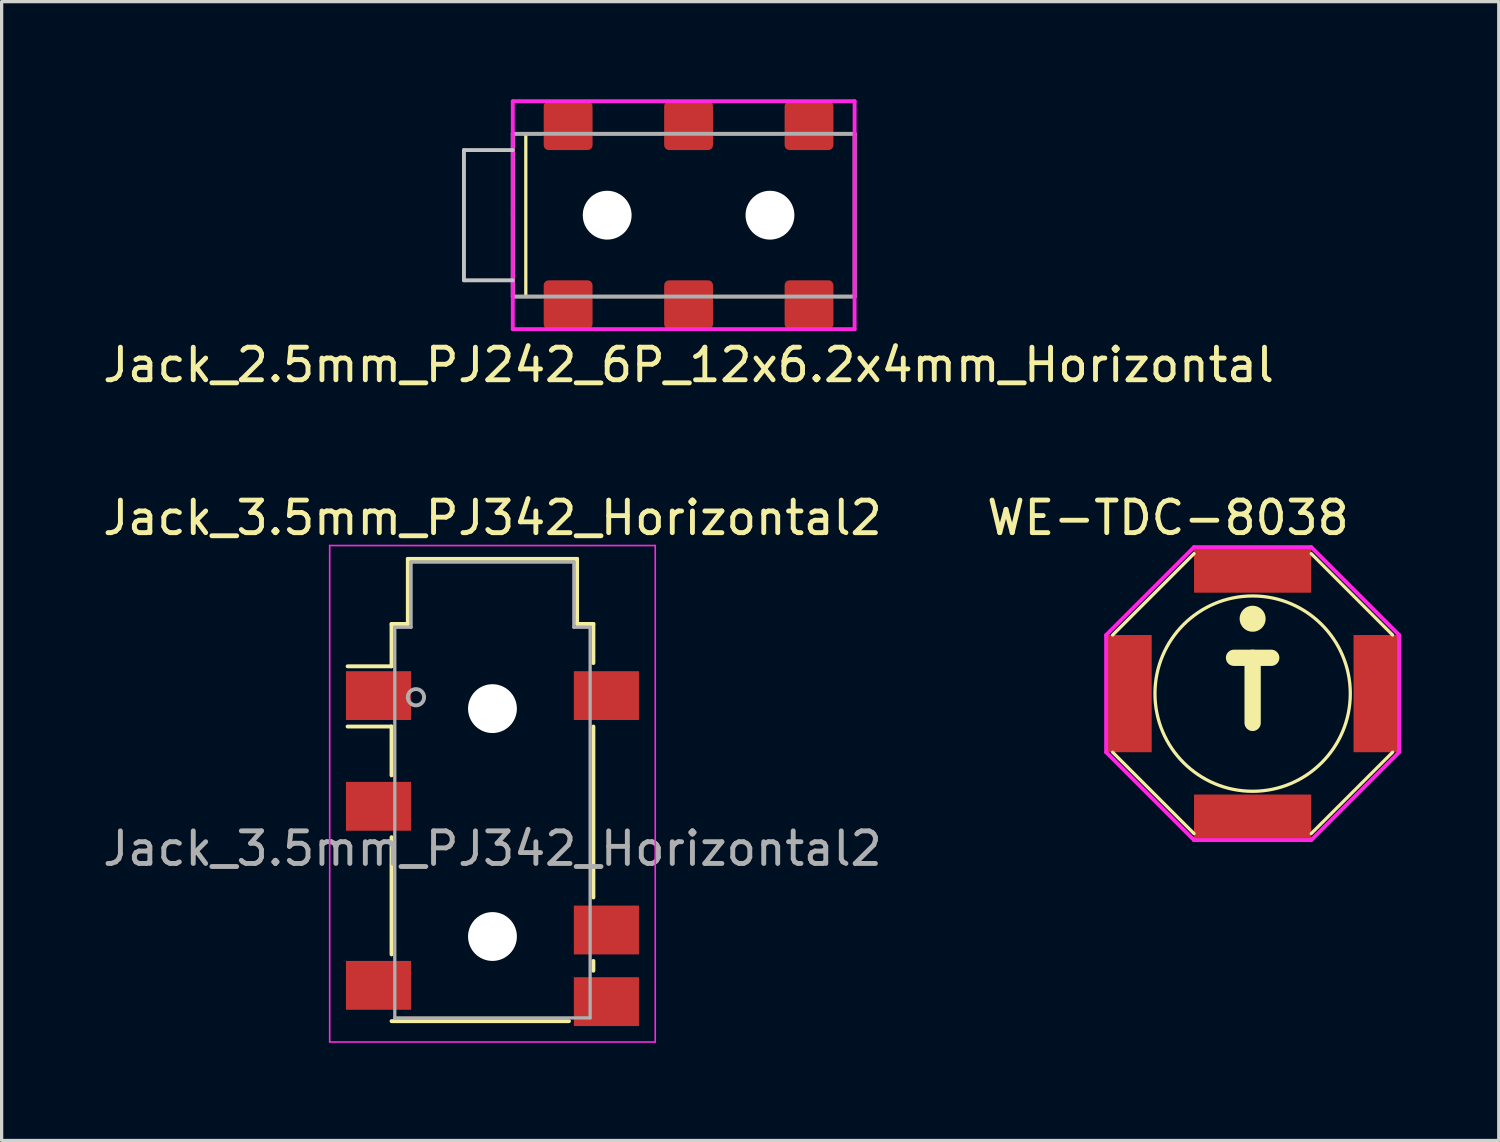
<source format=kicad_pcb>
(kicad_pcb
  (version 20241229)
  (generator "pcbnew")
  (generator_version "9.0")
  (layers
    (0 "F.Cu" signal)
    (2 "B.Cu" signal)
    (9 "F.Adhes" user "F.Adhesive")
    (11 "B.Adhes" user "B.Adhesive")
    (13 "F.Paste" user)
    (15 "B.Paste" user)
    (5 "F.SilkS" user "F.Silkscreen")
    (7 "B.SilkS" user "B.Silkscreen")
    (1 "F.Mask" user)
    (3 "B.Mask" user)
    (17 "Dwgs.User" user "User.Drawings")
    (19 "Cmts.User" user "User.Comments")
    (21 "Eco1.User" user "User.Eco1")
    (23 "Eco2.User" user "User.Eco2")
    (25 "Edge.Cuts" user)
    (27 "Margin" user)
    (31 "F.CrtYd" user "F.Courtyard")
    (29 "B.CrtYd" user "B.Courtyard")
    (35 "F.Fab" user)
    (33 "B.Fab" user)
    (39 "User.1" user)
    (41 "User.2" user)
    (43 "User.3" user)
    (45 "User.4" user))
  (footprint "WE-TDC-8038"
    (layer "F.Cu")
    (at 35.427 18.256)
    (property "Reference" "WE-TDC-8038" (at -2.6 -5.4 0) (layer "F.SilkS") (effects (font (size 1 1) (thickness 0.15))))
    (attr smd)
    (fp_line (start -4.3 -1.8) (end -1.8 -4.3) (stroke (width 0.1) (type solid)) (layer "F.SilkS"))
    (fp_line (start -1.8 4.3) (end -4.3 1.8) (stroke (width 0.1) (type solid)) (layer "F.SilkS"))
    (fp_line (start 1.8 -4.3) (end 4.3 -1.8) (stroke (width 0.1) (type solid)) (layer "F.SilkS"))
    (fp_line (start 4.3 1.8) (end 1.8 4.3) (stroke (width 0.1) (type solid)) (layer "F.SilkS"))
    (fp_circle (center 0 -2.3) (end 0.2 -2.3) (stroke (width 0.4) (type solid)) (fill no) (layer "F.SilkS"))
    (fp_circle (center 0 0) (end 0 -3) (stroke (width 0.1) (type solid)) (fill no) (layer "F.SilkS"))
    (fp_line (start -4.5 -1.8) (end -1.8 -4.5) (stroke (width 0.12) (type solid)) (layer "F.CrtYd"))
    (fp_line (start -4.5 1.8) (end -4.5 -1.8) (stroke (width 0.12) (type solid)) (layer "F.CrtYd"))
    (fp_line (start -1.8 -4.5) (end 1.8 -4.5) (stroke (width 0.12) (type solid)) (layer "F.CrtYd"))
    (fp_line (start -1.8 4.5) (end -4.5 1.8) (stroke (width 0.12) (type solid)) (layer "F.CrtYd"))
    (fp_line (start 1.8 -4.5) (end 4.5 -1.8) (stroke (width 0.12) (type solid)) (layer "F.CrtYd"))
    (fp_line (start 1.8 4.5) (end -1.8 4.5) (stroke (width 0.12) (type solid)) (layer "F.CrtYd"))
    (fp_line (start 4.5 -1.8) (end 4.5 1.8) (stroke (width 0.12) (type solid)) (layer "F.CrtYd"))
    (fp_line (start 4.5 1.8) (end 1.8 4.5) (stroke (width 0.12) (type solid)) (layer "F.CrtYd"))
    (fp_text user "T" (at 0 0 0) (layer "F.SilkS") (effects (font (size 2 2) (thickness 0.5))))
    (pad "1" smd rect (at 0 -3.8) (size 3.6 1.4) (layers "F.Cu" "F.Mask" "F.Paste"))
    (pad "2" smd rect (at 3.8 0 90) (size 3.6 1.4) (layers "F.Cu" "F.Mask" "F.Paste"))
    (pad "3" smd rect (at 0 3.8) (size 3.6 1.4) (layers "F.Cu" "F.Mask" "F.Paste"))
    (pad "4" smd rect (at -3.8 0 90) (size 3.6 1.4) (layers "F.Cu" "F.Mask" "F.Paste")))
  (footprint "Jack_2.5mm_PJ242_6P_12x6.2x4mm_Horizontal"
    (layer "F.Cu")
    (at 18.101 3.56)
    (property "Reference" "Jack_2.5mm_PJ242_6P_12x6.2x4mm_Horizontal" (at 0 4.6 0) (layer "F.SilkS") (effects (font (size 1 1) (thickness 0.15))))
    (attr smd)
    (fp_line (start -5.4 -2.5) (end -5.4 2.5) (stroke (width 0.1) (type solid)) (layer "F.SilkS"))
    (fp_line (start -5.4 -2.5) (end -4.5 -2.5) (stroke (width 0.1) (type solid)) (layer "F.SilkS"))
    (fp_line (start -5.4 2.5) (end -4.5 2.5) (stroke (width 0.1) (type solid)) (layer "F.SilkS"))
    (fp_line (start -5 -2.5) (end -5 2.5) (stroke (width 0.1) (type solid)) (layer "F.SilkS"))
    (fp_line (start -2.9 -2.5) (end -0.8 -2.5) (stroke (width 0.1) (type solid)) (layer "F.SilkS"))
    (fp_line (start -2.9 2.5) (end -0.8 2.5) (stroke (width 0.1) (type solid)) (layer "F.SilkS"))
    (fp_line (start 0.8 -2.5) (end 2.9 -2.5) (stroke (width 0.1) (type solid)) (layer "F.SilkS"))
    (fp_line (start 0.8 2.5) (end 2.9 2.5) (stroke (width 0.1) (type solid)) (layer "F.SilkS"))
    (fp_line (start 4.5 -2.5) (end 5.1 -2.5) (stroke (width 0.1) (type solid)) (layer "F.SilkS"))
    (fp_line (start 5.1 -2.5) (end 5.1 2.5) (stroke (width 0.1) (type solid)) (layer "F.SilkS"))
    (fp_line (start 5.1 2.5) (end 4.5 2.5) (stroke (width 0.1) (type solid)) (layer "F.SilkS"))
    (fp_line (start -6.9 -2) (end -6.9 2) (stroke (width 0.12) (type solid)) (layer "Dwgs.User"))
    (fp_line (start -6.9 2) (end -5.4 2) (stroke (width 0.12) (type solid)) (layer "Dwgs.User"))
    (fp_line (start -5.4 -2) (end -6.9 -2) (stroke (width 0.12) (type solid)) (layer "Dwgs.User"))
    (fp_line (start -5.4 -3.5) (end 5.1 -3.5) (stroke (width 0.12) (type solid)) (layer "F.CrtYd"))
    (fp_line (start -5.4 0) (end -5.4 -3.5) (stroke (width 0.12) (type solid)) (layer "F.CrtYd"))
    (fp_line (start -5.4 3.5) (end -5.4 0) (stroke (width 0.12) (type solid)) (layer "F.CrtYd"))
    (fp_line (start 5.1 -3.5) (end 5.1 3.5) (stroke (width 0.12) (type solid)) (layer "F.CrtYd"))
    (fp_line (start 5.1 3.5) (end -5.4 3.5) (stroke (width 0.12) (type solid)) (layer "F.CrtYd"))
    (fp_line (start -5.4 -2.5) (end -5.4 2.5) (stroke (width 0.12) (type solid)) (layer "F.Fab"))
    (fp_line (start -5.4 -2.5) (end 5.1 -2.5) (stroke (width 0.12) (type solid)) (layer "F.Fab"))
    (fp_line (start 5.1 -2.5) (end 5.1 2.5) (stroke (width 0.12) (type solid)) (layer "F.Fab"))
    (fp_line (start 5.1 2.5) (end -5.4 2.5) (stroke (width 0.12) (type solid)) (layer "F.Fab"))
    (pad "" np_thru_hole circle (at -2.5 0) (size 1.5 1.5) (drill 1.5) (layers "*.Cu" "*.Mask"))
    (pad "" np_thru_hole circle (at 2.5 0) (size 1.5 1.5) (drill 1.5) (layers "*.Cu" "*.Mask"))
    (pad "G" smd roundrect (at -3.7 2.75) (size 1.5 1.5) (layers "F.Cu" "F.Mask" "F.Paste") (roundrect_rratio 0.1))
    (pad "R" smd roundrect (at 0 -2.75) (size 1.5 1.5) (layers "F.Cu" "F.Mask" "F.Paste") (roundrect_rratio 0.1))
    (pad "RN" smd roundrect (at 3.7 -2.75) (size 1.5 1.5) (layers "F.Cu" "F.Mask" "F.Paste") (roundrect_rratio 0.1))
    (pad "S" smd roundrect (at -3.7 -2.75) (size 1.5 1.5) (layers "F.Cu" "F.Mask" "F.Paste") (roundrect_rratio 0.1))
    (pad "T" smd roundrect (at 0 2.75) (size 1.5 1.5) (layers "F.Cu" "F.Mask" "F.Paste") (roundrect_rratio 0.1))
    (pad "TN" smd roundrect (at 3.7 2.75) (size 1.5 1.5) (layers "F.Cu" "F.Mask" "F.Paste") (roundrect_rratio 0.1)))
  (footprint "Jack_3.5mm_PJ342_Horizontal2"
    (layer "F.Cu")
    (at 12.077 23.017)
    (property "Reference" "Jack_3.5mm_PJ342_Horizontal2" (at 0 -10.16 0) (layer "F.SilkS") (effects (font (size 1 1) (thickness 0.15))))
    (attr smd)
    (fp_line (start -3.1 -6.9) (end -2.6 -6.9) (stroke (width 0.12) (type solid)) (layer "F.SilkS"))
    (fp_line (start -3.1 -5.6) (end -4.45 -5.6) (stroke (width 0.12) (type solid)) (layer "F.SilkS"))
    (fp_line (start -3.1 -5.6) (end -3.1 -6.9) (stroke (width 0.12) (type solid)) (layer "F.SilkS"))
    (fp_line (start -3.1 -3.75) (end -4.45 -3.75) (stroke (width 0.12) (type solid)) (layer "F.SilkS"))
    (fp_line (start -3.1 -2.25) (end -3.1 -3.75) (stroke (width 0.12) (type solid)) (layer "F.SilkS"))
    (fp_line (start -3.1 3.25) (end -3.1 -0.35) (stroke (width 0.12) (type solid)) (layer "F.SilkS"))
    (fp_line (start -2.6 -8.9) (end 2.6 -8.9) (stroke (width 0.12) (type solid)) (layer "F.SilkS"))
    (fp_line (start -2.6 -6.9) (end -2.6 -8.9) (stroke (width 0.12) (type solid)) (layer "F.SilkS"))
    (fp_line (start 2.35 5.3) (end -3.1 5.3) (stroke (width 0.12) (type solid)) (layer "F.SilkS"))
    (fp_line (start 2.6 -8.9) (end 2.6 -6.9) (stroke (width 0.12) (type solid)) (layer "F.SilkS"))
    (fp_line (start 2.6 -6.9) (end 3.1 -6.9) (stroke (width 0.12) (type solid)) (layer "F.SilkS"))
    (fp_line (start 3.1 -6.9) (end 3.1 -5.7) (stroke (width 0.12) (type solid)) (layer "F.SilkS"))
    (fp_line (start 3.1 -3.75) (end 3.1 1.5) (stroke (width 0.12) (type solid)) (layer "F.SilkS"))
    (fp_line (start 3.1 3.45) (end 3.1 3.75) (stroke (width 0.12) (type solid)) (layer "F.SilkS"))
    (fp_line (start -5 -9.31) (end -5 5.94) (stroke (width 0.05) (type solid)) (layer "F.CrtYd"))
    (fp_line (start -5 -9.31) (end 5 -9.31) (stroke (width 0.05) (type solid)) (layer "F.CrtYd"))
    (fp_line (start -5 5.94) (end 5 5.94) (stroke (width 0.05) (type solid)) (layer "F.CrtYd"))
    (fp_line (start 5 5.94) (end 5 -9.31) (stroke (width 0.05) (type solid)) (layer "F.CrtYd"))
    (fp_line (start -3 -6.8) (end -3 5.2) (stroke (width 0.1) (type solid)) (layer "F.Fab"))
    (fp_line (start -3 5.2) (end 3 5.2) (stroke (width 0.1) (type solid)) (layer "F.Fab"))
    (fp_line (start -2.5 -8.8) (end -2.5 -6.8) (stroke (width 0.1) (type solid)) (layer "F.Fab"))
    (fp_line (start -2.5 -6.8) (end -3 -6.8) (stroke (width 0.1) (type solid)) (layer "F.Fab"))
    (fp_line (start 2.5 -8.8) (end -2.5 -8.8) (stroke (width 0.1) (type solid)) (layer "F.Fab"))
    (fp_line (start 2.5 -6.8) (end 2.5 -8.8) (stroke (width 0.1) (type solid)) (layer "F.Fab"))
    (fp_line (start 3 -6.8) (end 2.5 -6.8) (stroke (width 0.1) (type solid)) (layer "F.Fab"))
    (fp_line (start 3 5.2) (end 3 -6.8) (stroke (width 0.1) (type solid)) (layer "F.Fab"))
    (fp_circle (center -2.35 -4.65) (end -2.1 -4.65) (stroke (width 0.12) (type solid)) (fill no) (layer "F.Fab"))
    (fp_text user "${REFERENCE}" (at 0 0 0) (layer "F.Fab") (effects (font (size 1 1) (thickness 0.15))))
    (pad "" np_thru_hole circle (at 0 -4.3) (size 1.5 1.5) (drill 1.5) (layers "*.Cu" "*.Mask"))
    (pad "" np_thru_hole circle (at 0 2.7) (size 1.5 1.5) (drill 1.5) (layers "*.Cu" "*.Mask"))
    (pad "G" smd rect (at -3.5 -4.7) (size 2 1.5) (layers "F.Cu" "F.Mask" "F.Paste"))
    (pad "R" smd rect (at -3.5 -1.3) (size 2 1.5) (layers "F.Cu" "F.Mask" "F.Paste"))
    (pad "RN" smd rect (at 3.5 4.7) (size 2 1.5) (layers "F.Cu" "F.Mask" "F.Paste"))
    (pad "S" smd rect (at 3.5 -4.7) (size 2 1.5) (layers "F.Cu" "F.Mask" "F.Paste"))
    (pad "T" smd rect (at 3.5 2.5) (size 2 1.5) (layers "F.Cu" "F.Mask" "F.Paste"))
    (pad "TN" smd rect (at -3.5 4.2) (size 2 1.5) (layers "F.Cu" "F.Mask" "F.Paste")))
  (gr_rect
    (start -3 -3)
    (end 42.987 31.982)
    (stroke (width 0.1) (type default))
    (fill no)
    (layer "Edge.Cuts")))
</source>
